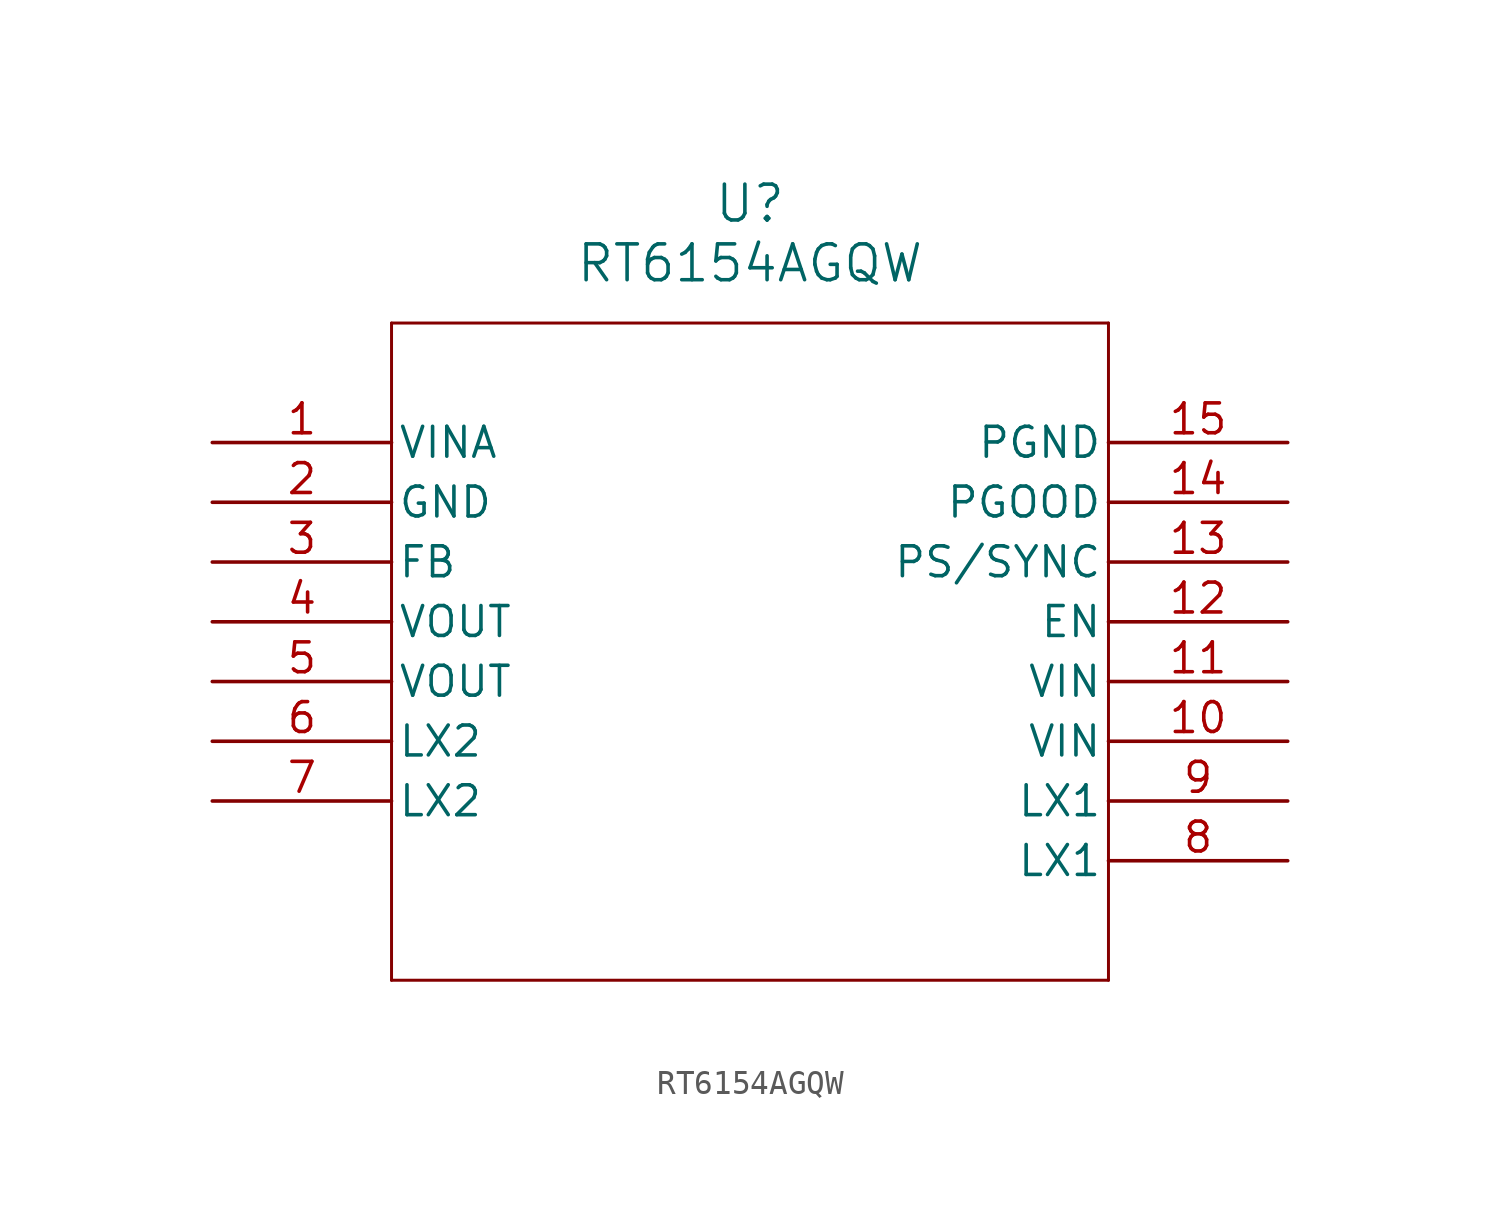
<source format=kicad_sym>
(kicad_symbol_lib
  (version 20211014)
  (generator kicad_symbol_editor)
  (symbol "RT6154AGQW"
    (pin_names
      (offset 0.254))
    (property "Reference" "U"
      (at 22.86 10.16 0)
      (effects (font (size 1.524 1.524))))
    (property "Value" "RT6154AGQW"
      (at 22.86 7.62 0)
      (effects (font (size 1.524 1.524))))
    (symbol "RT6154AGQW_0_1"
      (polyline (pts (xy 7.62 5.08) (xy 7.62 -22.86)) (stroke (width 0.127) (type default) (color 0 0 0 0)) (fill (type none)))
      (polyline (pts (xy 7.62 -22.86) (xy 38.1 -22.86)) (stroke (width 0.127) (type default) (color 0 0 0 0)) (fill (type none)))
      (polyline (pts (xy 38.1 -22.86) (xy 38.1 5.08)) (stroke (width 0.127) (type default) (color 0 0 0 0)) (fill (type none)))
      (polyline (pts (xy 38.1 5.08) (xy 7.62 5.08)) (stroke (width 0.127) (type default) (color 0 0 0 0)) (fill (type none)))
      (pin unspecified line (at 0 0 0) (length 7.62) (name "VINA" (effects (font (size 1.27 1.27)))) (number "1" (effects (font (size 1.27 1.27)))))
      (pin power_out line (at 0 -2.54 0) (length 7.62) (name "GND" (effects (font (size 1.27 1.27)))) (number "2" (effects (font (size 1.27 1.27)))))
      (pin unspecified line (at 0 -5.08 0) (length 7.62) (name "FB" (effects (font (size 1.27 1.27)))) (number "3" (effects (font (size 1.27 1.27)))))
      (pin output line (at 0 -7.62 0) (length 7.62) (name "VOUT" (effects (font (size 1.27 1.27)))) (number "4" (effects (font (size 1.27 1.27)))))
      (pin output line (at 0 -10.16 0) (length 7.62) (name "VOUT" (effects (font (size 1.27 1.27)))) (number "5" (effects (font (size 1.27 1.27)))))
      (pin bidirectional line (at 0 -12.7 0) (length 7.62) (name "LX2" (effects (font (size 1.27 1.27)))) (number "6" (effects (font (size 1.27 1.27)))))
      (pin bidirectional line (at 0 -15.24 0) (length 7.62) (name "LX2" (effects (font (size 1.27 1.27)))) (number "7" (effects (font (size 1.27 1.27)))))
      (pin bidirectional line (at 45.72 -17.78 180) (length 7.62) (name "LX1" (effects (font (size 1.27 1.27)))) (number "8" (effects (font (size 1.27 1.27)))))
      (pin bidirectional line (at 45.72 -15.24 180) (length 7.62) (name "LX1" (effects (font (size 1.27 1.27)))) (number "9" (effects (font (size 1.27 1.27)))))
      (pin unspecified line (at 45.72 -12.7 180) (length 7.62) (name "VIN" (effects (font (size 1.27 1.27)))) (number "10" (effects (font (size 1.27 1.27)))))
      (pin unspecified line (at 45.72 -10.16 180) (length 7.62) (name "VIN" (effects (font (size 1.27 1.27)))) (number "11" (effects (font (size 1.27 1.27)))))
      (pin unspecified line (at 45.72 -7.62 180) (length 7.62) (name "EN" (effects (font (size 1.27 1.27)))) (number "12" (effects (font (size 1.27 1.27)))))
      (pin unspecified line (at 45.72 -5.08 180) (length 7.62) (name "PS/SYNC" (effects (font (size 1.27 1.27)))) (number "13" (effects (font (size 1.27 1.27)))))
      (pin power_in line (at 45.72 -2.54 180) (length 7.62) (name "PGOOD" (effects (font (size 1.27 1.27)))) (number "14" (effects (font (size 1.27 1.27)))))
      (pin power_out line (at 45.72 0 180) (length 7.62) (name "PGND" (effects (font (size 1.27 1.27)))) (number "15" (effects (font (size 1.27 1.27))))))))
</source>
